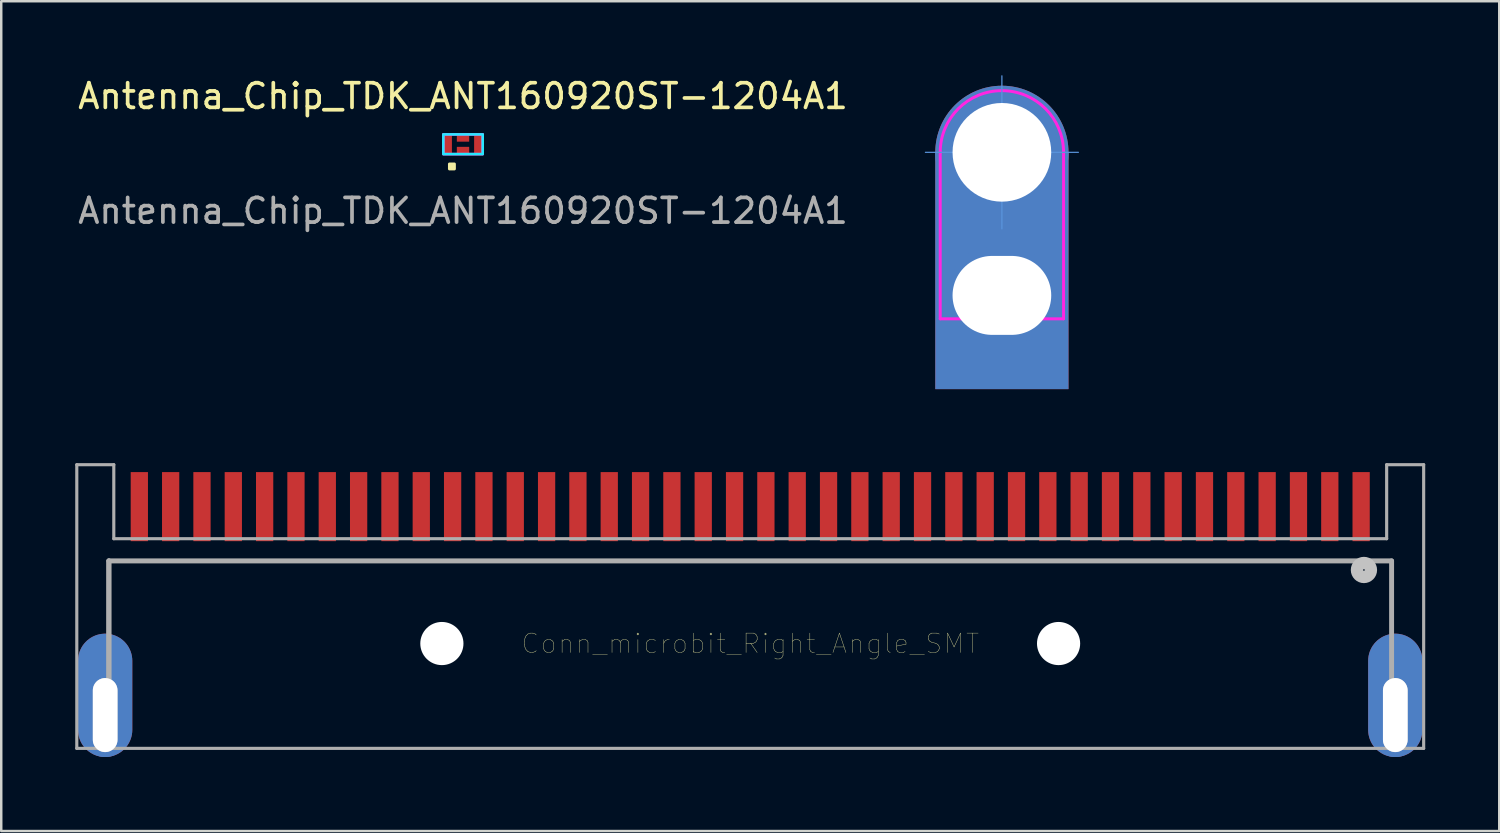
<source format=kicad_pcb>
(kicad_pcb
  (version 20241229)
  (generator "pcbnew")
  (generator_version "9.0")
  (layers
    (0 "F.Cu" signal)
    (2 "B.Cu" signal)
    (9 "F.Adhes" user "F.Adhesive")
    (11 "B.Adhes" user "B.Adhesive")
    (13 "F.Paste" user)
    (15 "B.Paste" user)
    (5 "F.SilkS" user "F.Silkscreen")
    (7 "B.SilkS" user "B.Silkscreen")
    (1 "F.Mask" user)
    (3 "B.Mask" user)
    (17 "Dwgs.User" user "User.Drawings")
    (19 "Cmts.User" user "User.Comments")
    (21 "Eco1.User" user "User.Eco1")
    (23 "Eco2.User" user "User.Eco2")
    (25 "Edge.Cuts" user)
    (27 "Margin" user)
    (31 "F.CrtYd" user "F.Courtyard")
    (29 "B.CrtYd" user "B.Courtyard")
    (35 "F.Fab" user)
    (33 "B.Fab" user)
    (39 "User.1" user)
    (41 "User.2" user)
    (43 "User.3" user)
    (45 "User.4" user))
  (footprint "Antenna_Chip_TDK_ANT160920ST-1204A1"
    (layer "F.Cu")
    (at 15.72 2.798)
    (property "Reference" "Antenna_Chip_TDK_ANT160920ST-1204A1" (at 0 -1.95 0) (unlocked yes) (layer "F.SilkS") (effects (font (size 1 1) (thickness 0.15))))
    (attr smd)
    (fp_rect (start -0.55 0.8) (end -0.35 1) (stroke (width 0.12) (type solid)) (fill yes) (layer "F.SilkS"))
    (fp_rect (start -0.8 -0.4) (end 0.8 0.4) (stroke (width 0.1) (type solid)) (fill no) (layer "B.CrtYd"))
    (fp_rect (start -0.8 -0.4) (end 0.8 0.4) (stroke (width 0.1) (type solid)) (fill no) (layer "F.CrtYd"))
    (fp_rect (start -0.8 -0.4) (end 0.8 0.4) (stroke (width 0.1) (type solid)) (fill no) (layer "F.Fab"))
    (fp_text user "${REFERENCE}" (at 0 2.7 0) (unlocked yes) (layer "F.Fab") (effects (font (size 1 1) (thickness 0.15))))
    (pad "1" smd rect (at -0.625 0) (size 0.35 0.8) (layers "F.Cu" "F.Mask" "F.Paste"))
    (pad "4" smd rect (at 0.625 0) (size 0.35 0.8) (layers "F.Cu" "F.Mask" "F.Paste"))
    (pad "MP" smd rect (at 0 -0.235) (size 0.5 0.26) (layers "F.Cu" "F.Mask" "F.Paste"))
    (pad "MP" smd rect (at 0 0.235) (size 0.5 0.26) (layers "F.Cu" "F.Mask" "F.Paste")))
  (footprint "Conn_microbit_Right_Angle_SMT"
    (layer "F.Cu")
    (at 27.363 23.038)
    (property "Reference" "Conn_microbit_Right_Angle_SMT" (at 0 0 0) (layer "F.SilkS") (effects (font (size 0.787 0.787) (thickness 0.015))))
    (attr through_hole)
    (fp_circle (center 24.879 -2.982) (end 25.162 -2.982) (stroke (width 0.5) (type solid)) (fill no) (layer "Dwgs.User"))
    (fp_poly (pts (xy -25.75 3.9) (xy -25.75 1.9) (xy -25.751 1.879) (xy -25.752 1.858) (xy -25.755 1.837) (xy -25.759 1.817) (xy -25.764 1.796) (xy -25.77 1.776) (xy -25.777 1.757) (xy -25.785 1.737) (xy -25.794 1.718) (xy -25.804 1.7) (xy -25.815 1.682) (xy -25.826 1.665) (xy -25.839 1.648) (xy -25.853 1.632) (xy -25.867 1.617) (xy -25.882 1.603) (xy -25.898 1.589) (xy -25.915 1.576) (xy -25.932 1.565) (xy -25.95 1.554) (xy -25.968 1.544) (xy -25.987 1.535) (xy -26.007 1.527) (xy -26.026 1.52) (xy -26.046 1.514) (xy -26.067 1.509) (xy -26.087 1.505) (xy -26.108 1.502) (xy -26.129 1.501) (xy -26.15 1.5) (xy -26.171 1.501) (xy -26.192 1.502) (xy -26.213 1.505) (xy -26.233 1.509) (xy -26.254 1.514) (xy -26.274 1.52) (xy -26.293 1.527) (xy -26.313 1.535) (xy -26.332 1.544) (xy -26.35 1.554) (xy -26.368 1.565) (xy -26.385 1.576) (xy -26.402 1.589) (xy -26.418 1.603) (xy -26.433 1.617) (xy -26.447 1.632) (xy -26.461 1.648) (xy -26.474 1.665) (xy -26.485 1.682) (xy -26.496 1.7) (xy -26.506 1.718) (xy -26.515 1.737) (xy -26.523 1.757) (xy -26.53 1.776) (xy -26.536 1.796) (xy -26.541 1.817) (xy -26.545 1.837) (xy -26.548 1.858) (xy -26.549 1.879) (xy -26.55 1.9) (xy -26.55 3.9) (xy -26.549 3.921) (xy -26.548 3.942) (xy -26.545 3.963) (xy -26.541 3.983) (xy -26.536 4.004) (xy -26.53 4.024) (xy -26.523 4.043) (xy -26.515 4.063) (xy -26.506 4.082) (xy -26.496 4.1) (xy -26.485 4.118) (xy -26.474 4.135) (xy -26.461 4.152) (xy -26.447 4.168) (xy -26.433 4.183) (xy -26.418 4.197) (xy -26.402 4.211) (xy -26.385 4.224) (xy -26.368 4.235) (xy -26.35 4.246) (xy -26.332 4.256) (xy -26.313 4.265) (xy -26.293 4.273) (xy -26.274 4.28) (xy -26.254 4.286) (xy -26.233 4.291) (xy -26.213 4.295) (xy -26.192 4.298) (xy -26.171 4.299) (xy -26.15 4.3) (xy -26.129 4.299) (xy -26.108 4.298) (xy -26.087 4.295) (xy -26.067 4.291) (xy -26.046 4.286) (xy -26.026 4.28) (xy -26.007 4.273) (xy -25.987 4.265) (xy -25.968 4.256) (xy -25.95 4.246) (xy -25.932 4.235) (xy -25.915 4.224) (xy -25.898 4.211) (xy -25.882 4.197) (xy -25.867 4.183) (xy -25.853 4.168) (xy -25.839 4.152) (xy -25.826 4.135) (xy -25.815 4.118) (xy -25.804 4.1) (xy -25.794 4.082) (xy -25.785 4.063) (xy -25.777 4.043) (xy -25.77 4.024) (xy -25.764 4.004) (xy -25.759 3.983) (xy -25.755 3.963) (xy -25.752 3.942) (xy -25.751 3.921) (xy -25.75 3.9)) (stroke (width 0.2) (type solid)) (fill no) (layer "Dwgs.User"))
    (fp_poly (pts (xy 25.75 1.9) (xy 25.75 3.9) (xy 25.751 3.921) (xy 25.752 3.942) (xy 25.755 3.963) (xy 25.759 3.983) (xy 25.764 4.004) (xy 25.77 4.024) (xy 25.777 4.043) (xy 25.785 4.063) (xy 25.794 4.082) (xy 25.804 4.1) (xy 25.815 4.118) (xy 25.826 4.135) (xy 25.839 4.152) (xy 25.853 4.168) (xy 25.867 4.183) (xy 25.882 4.197) (xy 25.898 4.211) (xy 25.915 4.224) (xy 25.932 4.235) (xy 25.95 4.246) (xy 25.968 4.256) (xy 25.987 4.265) (xy 26.007 4.273) (xy 26.026 4.28) (xy 26.046 4.286) (xy 26.067 4.291) (xy 26.087 4.295) (xy 26.108 4.298) (xy 26.129 4.299) (xy 26.15 4.3) (xy 26.171 4.299) (xy 26.192 4.298) (xy 26.213 4.295) (xy 26.233 4.291) (xy 26.254 4.286) (xy 26.274 4.28) (xy 26.293 4.273) (xy 26.313 4.265) (xy 26.332 4.256) (xy 26.35 4.246) (xy 26.368 4.235) (xy 26.385 4.224) (xy 26.402 4.211) (xy 26.418 4.197) (xy 26.433 4.183) (xy 26.447 4.168) (xy 26.461 4.152) (xy 26.474 4.135) (xy 26.485 4.118) (xy 26.496 4.1) (xy 26.506 4.082) (xy 26.515 4.063) (xy 26.523 4.043) (xy 26.53 4.024) (xy 26.536 4.004) (xy 26.541 3.983) (xy 26.545 3.963) (xy 26.548 3.942) (xy 26.549 3.921) (xy 26.55 3.9) (xy 26.55 1.9) (xy 26.549 1.879) (xy 26.548 1.858) (xy 26.545 1.837) (xy 26.541 1.817) (xy 26.536 1.796) (xy 26.53 1.776) (xy 26.523 1.757) (xy 26.515 1.737) (xy 26.506 1.718) (xy 26.496 1.7) (xy 26.485 1.682) (xy 26.474 1.665) (xy 26.461 1.648) (xy 26.447 1.632) (xy 26.433 1.617) (xy 26.418 1.603) (xy 26.402 1.589) (xy 26.385 1.576) (xy 26.368 1.565) (xy 26.35 1.554) (xy 26.332 1.544) (xy 26.313 1.535) (xy 26.293 1.527) (xy 26.274 1.52) (xy 26.254 1.514) (xy 26.233 1.509) (xy 26.213 1.505) (xy 26.192 1.502) (xy 26.171 1.501) (xy 26.15 1.5) (xy 26.129 1.501) (xy 26.108 1.502) (xy 26.087 1.505) (xy 26.067 1.509) (xy 26.046 1.514) (xy 26.026 1.52) (xy 26.007 1.527) (xy 25.987 1.535) (xy 25.968 1.544) (xy 25.95 1.554) (xy 25.932 1.565) (xy 25.915 1.576) (xy 25.898 1.589) (xy 25.882 1.603) (xy 25.867 1.617) (xy 25.853 1.632) (xy 25.839 1.648) (xy 25.826 1.665) (xy 25.815 1.682) (xy 25.804 1.7) (xy 25.794 1.718) (xy 25.785 1.737) (xy 25.777 1.757) (xy 25.77 1.776) (xy 25.764 1.796) (xy 25.759 1.817) (xy 25.755 1.837) (xy 25.752 1.858) (xy 25.751 1.879) (xy 25.75 1.9)) (stroke (width 0.2) (type solid)) (fill no) (layer "Dwgs.User"))
    (fp_line (start -27.3 -7.25) (end -25.8 -7.25) (stroke (width 0.127) (type solid)) (layer "F.Fab"))
    (fp_line (start -27.3 4.25) (end -27.3 -7.25) (stroke (width 0.127) (type solid)) (layer "F.Fab"))
    (fp_line (start -26 -3.35) (end -26 4.2) (stroke (width 0.2) (type solid)) (layer "F.Fab"))
    (fp_line (start -26 -3.35) (end -26 4.2) (stroke (width 0.2) (type solid)) (layer "F.Fab"))
    (fp_line (start -26 -3.35) (end 26 -3.35) (stroke (width 0.2) (type solid)) (layer "F.Fab"))
    (fp_line (start -25.8 -7.25) (end -25.8 -4.25) (stroke (width 0.127) (type solid)) (layer "F.Fab"))
    (fp_line (start 25.8 -7.25) (end 25.8 -4.25) (stroke (width 0.127) (type solid)) (layer "F.Fab"))
    (fp_line (start 25.8 -4.25) (end -25.8 -4.25) (stroke (width 0.127) (type solid)) (layer "F.Fab"))
    (fp_line (start 26 -3.35) (end 26 4.2) (stroke (width 0.2) (type solid)) (layer "F.Fab"))
    (fp_line (start 27.3 -7.25) (end 25.8 -7.25) (stroke (width 0.127) (type solid)) (layer "F.Fab"))
    (fp_line (start 27.3 -7.25) (end 27.3 4.25) (stroke (width 0.127) (type solid)) (layer "F.Fab"))
    (fp_line (start 27.3 4.25) (end -27.3 4.25) (stroke (width 0.127) (type solid)) (layer "F.Fab"))
    (pad "" np_thru_hole circle (at -12.5 0) (size 1.75 1.75) (drill 1.75) (layers "*.Cu" "*.Mask"))
    (pad "" np_thru_hole circle (at 12.5 0) (size 1.75 1.75) (drill 1.75) (layers "*.Cu" "*.Mask"))
    (pad "1" smd rect (at -24.765 -5.55) (size 0.7 2.8) (layers "F.Cu" "F.Mask" "F.Paste"))
    (pad "2" smd rect (at -23.495 -5.55) (size 0.7 2.8) (layers "F.Cu" "F.Mask" "F.Paste"))
    (pad "3" smd rect (at -22.225 -5.55) (size 0.7 2.8) (layers "F.Cu" "F.Mask" "F.Paste"))
    (pad "4" smd rect (at -20.955 -5.55) (size 0.7 2.8) (layers "F.Cu" "F.Mask" "F.Paste"))
    (pad "5" smd rect (at -19.685 -5.55) (size 0.7 2.8) (layers "F.Cu" "F.Mask" "F.Paste"))
    (pad "6" smd rect (at -18.415 -5.55) (size 0.7 2.8) (layers "F.Cu" "F.Mask" "F.Paste"))
    (pad "7" smd rect (at -17.145 -5.55) (size 0.7 2.8) (layers "F.Cu" "F.Mask" "F.Paste"))
    (pad "8" smd rect (at -15.875 -5.55) (size 0.7 2.8) (layers "F.Cu" "F.Mask" "F.Paste"))
    (pad "9" smd rect (at -14.605 -5.55) (size 0.7 2.8) (layers "F.Cu" "F.Mask" "F.Paste"))
    (pad "10" smd rect (at -13.335 -5.55) (size 0.7 2.8) (layers "F.Cu" "F.Mask" "F.Paste"))
    (pad "11" smd rect (at -12.065 -5.55) (size 0.7 2.8) (layers "F.Cu" "F.Mask" "F.Paste"))
    (pad "12" smd rect (at -10.795 -5.55) (size 0.7 2.8) (layers "F.Cu" "F.Mask" "F.Paste"))
    (pad "13" smd rect (at -9.525 -5.55) (size 0.7 2.8) (layers "F.Cu" "F.Mask" "F.Paste"))
    (pad "14" smd rect (at -8.255 -5.55) (size 0.7 2.8) (layers "F.Cu" "F.Mask" "F.Paste"))
    (pad "15" smd rect (at -6.985 -5.55) (size 0.7 2.8) (layers "F.Cu" "F.Mask" "F.Paste"))
    (pad "16" smd rect (at -5.715 -5.55) (size 0.7 2.8) (layers "F.Cu" "F.Mask" "F.Paste"))
    (pad "17" smd rect (at -4.445 -5.55) (size 0.7 2.8) (layers "F.Cu" "F.Mask" "F.Paste"))
    (pad "18" smd rect (at -3.175 -5.55) (size 0.7 2.8) (layers "F.Cu" "F.Mask" "F.Paste"))
    (pad "19" smd rect (at -1.905 -5.55) (size 0.7 2.8) (layers "F.Cu" "F.Mask" "F.Paste"))
    (pad "20" smd rect (at -0.635 -5.55) (size 0.7 2.8) (layers "F.Cu" "F.Mask" "F.Paste"))
    (pad "21" smd rect (at 0.635 -5.55) (size 0.7 2.8) (layers "F.Cu" "F.Mask" "F.Paste"))
    (pad "22" smd rect (at 1.905 -5.55) (size 0.7 2.8) (layers "F.Cu" "F.Mask" "F.Paste"))
    (pad "23" smd rect (at 3.175 -5.55) (size 0.7 2.8) (layers "F.Cu" "F.Mask" "F.Paste"))
    (pad "24" smd rect (at 4.445 -5.55) (size 0.7 2.8) (layers "F.Cu" "F.Mask" "F.Paste"))
    (pad "25" smd rect (at 5.715 -5.55) (size 0.7 2.8) (layers "F.Cu" "F.Mask" "F.Paste"))
    (pad "26" smd rect (at 6.985 -5.55) (size 0.7 2.8) (layers "F.Cu" "F.Mask" "F.Paste"))
    (pad "27" smd rect (at 8.255 -5.55) (size 0.7 2.8) (layers "F.Cu" "F.Mask" "F.Paste"))
    (pad "28" smd rect (at 9.525 -5.55) (size 0.7 2.8) (layers "F.Cu" "F.Mask" "F.Paste"))
    (pad "29" smd rect (at 10.795 -5.55) (size 0.7 2.8) (layers "F.Cu" "F.Mask" "F.Paste"))
    (pad "30" smd rect (at 12.065 -5.55) (size 0.7 2.8) (layers "F.Cu" "F.Mask" "F.Paste"))
    (pad "31" smd rect (at 13.335 -5.55) (size 0.7 2.8) (layers "F.Cu" "F.Mask" "F.Paste"))
    (pad "32" smd rect (at 14.605 -5.55) (size 0.7 2.8) (layers "F.Cu" "F.Mask" "F.Paste"))
    (pad "33" smd rect (at 15.875 -5.55) (size 0.7 2.8) (layers "F.Cu" "F.Mask" "F.Paste"))
    (pad "34" smd rect (at 17.145 -5.55) (size 0.7 2.8) (layers "F.Cu" "F.Mask" "F.Paste"))
    (pad "35" smd rect (at 18.415 -5.55) (size 0.7 2.8) (layers "F.Cu" "F.Mask" "F.Paste"))
    (pad "36" smd rect (at 19.685 -5.55) (size 0.7 2.8) (layers "F.Cu" "F.Mask" "F.Paste"))
    (pad "37" smd rect (at 20.955 -5.55) (size 0.7 2.8) (layers "F.Cu" "F.Mask" "F.Paste"))
    (pad "38" smd rect (at 22.225 -5.55) (size 0.7 2.8) (layers "F.Cu" "F.Mask" "F.Paste"))
    (pad "39" smd rect (at 23.495 -5.55) (size 0.7 2.8) (layers "F.Cu" "F.Mask" "F.Paste"))
    (pad "40" smd rect (at 24.765 -5.55) (size 0.7 2.8) (layers "F.Cu" "F.Mask" "F.Paste"))
    (pad "MP" smd oval (at -26.15 2.8) (size 1.8 3.6) (layers "B.Cu" "B.Mask"))
    (pad "MP" thru_hole oval (at -26.15 2.9) (size 2.2 5) (drill oval 1 3 (offset 0 -0.8)) (layers "F.Cu" "F.Mask" "F.Paste"))
    (pad "MP" smd oval (at 26.15 2.8) (size 1.8 3.6) (layers "B.Cu" "B.Mask"))
    (pad "MP" thru_hole oval (at 26.15 2.9) (size 2.2 5) (drill oval 1 3 (offset 0 -0.8)) (layers "F.Cu" "F.Mask" "F.Paste")))
  (footprint "Conn_alligator-banana"
    (layer "F.Cu")
    (at 37.565 3.125)
    (property "Reference" "Conn_alligator-banana" (at 0 0.125 0) (layer "F.Fab") (effects (font (size 0.1 0.1) (thickness 0.01))))
    (attr through_hole)
    (fp_line (start -3.1 0) (end 3.1 0) (stroke (width 0.05) (type solid)) (layer "Cmts.User"))
    (fp_line (start 0 -3.1) (end 0 3.1) (stroke (width 0.05) (type solid)) (layer "Cmts.User"))
    (fp_line (start -2.5 0) (end -2.5 6.75) (stroke (width 0.12) (type solid)) (layer "F.CrtYd"))
    (fp_line (start -2.5 6.75) (end 2.5 6.75) (stroke (width 0.12) (type solid)) (layer "F.CrtYd"))
    (fp_line (start 2.5 6.75) (end 2.5 0) (stroke (width 0.12) (type solid)) (layer "F.CrtYd"))
    (fp_arc (start -2.5 0) (mid 0 -2.5) (end 2.5 0) (stroke (width 0.12) (type solid)) (layer "F.CrtYd"))
    (pad "1" thru_hole circle (at 0 0) (size 5.4 5.4) (drill 4) (layers "*.Cu" "*.Mask"))
    (pad "1" connect rect (at 0 0) (size 5.4 9.6) (drill (offset 0 4.8)) (layers "F.Cu" "F.Mask"))
    (pad "1" connect rect (at 0 0) (size 5.4 9.6) (drill (offset 0 4.8)) (layers "B.Cu" "B.Mask"))
    (pad "1" thru_hole oval (at 0 5.8) (size 4.5 4) (drill oval 4 3.2) (layers "*.Cu" "*.Mask")))
  (gr_rect
    (start -3 -3)
    (end 57.727 30.639)
    (stroke (width 0.1) (type default))
    (fill no)
    (layer "Edge.Cuts")))
</source>
